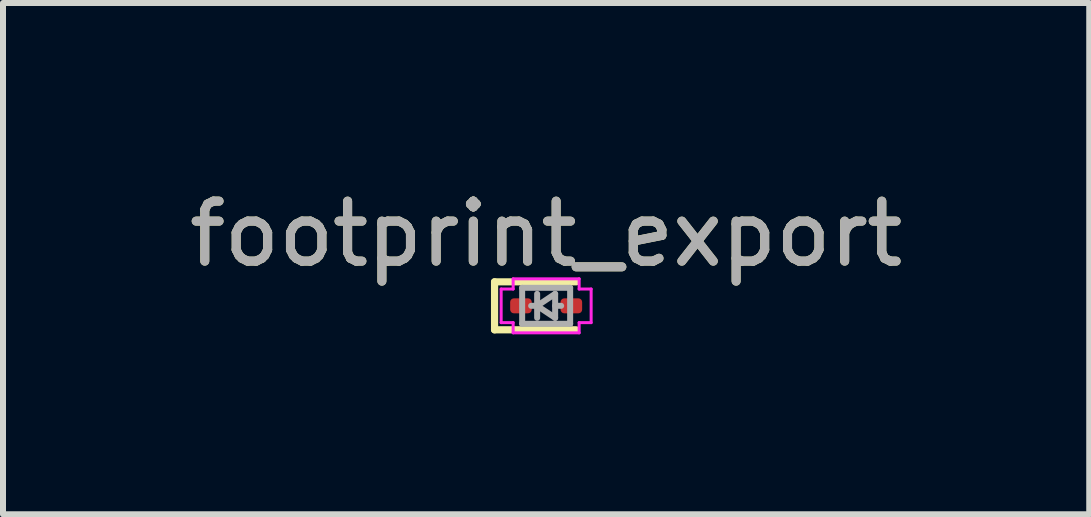
<source format=kicad_pcb>
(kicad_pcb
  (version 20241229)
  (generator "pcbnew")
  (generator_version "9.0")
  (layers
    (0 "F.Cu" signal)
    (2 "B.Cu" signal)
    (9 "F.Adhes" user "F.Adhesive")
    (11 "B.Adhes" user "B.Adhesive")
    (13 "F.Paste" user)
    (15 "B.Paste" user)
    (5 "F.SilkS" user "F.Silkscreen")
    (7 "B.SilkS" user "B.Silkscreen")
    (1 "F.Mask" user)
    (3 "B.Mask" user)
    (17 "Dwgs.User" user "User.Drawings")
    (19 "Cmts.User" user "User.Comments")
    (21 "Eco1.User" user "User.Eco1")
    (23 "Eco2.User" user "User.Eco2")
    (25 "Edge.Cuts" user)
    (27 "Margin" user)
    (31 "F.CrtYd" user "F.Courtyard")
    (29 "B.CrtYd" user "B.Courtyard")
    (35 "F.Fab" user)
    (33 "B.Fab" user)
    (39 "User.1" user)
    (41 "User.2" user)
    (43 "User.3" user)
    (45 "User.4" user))
  (footprint "footprint_export"
    (layer "F.Cu")
    (at 6.054 2.048)
    (property "Reference" "footprint_export" (at 0 -1.2 0) (layer "F.SilkS") (effects (font (size 1 1) (thickness 0.15))))
    (attr smd)
    (fp_line (start -0.86 -0.4) (end -0.86 0.4) (stroke (width 0.12) (type solid)) (layer "F.SilkS"))
    (fp_line (start 0.5 -0.4) (end -0.86 -0.4) (stroke (width 0.12) (type solid)) (layer "F.SilkS"))
    (fp_line (start 0.5 0.4) (end -0.86 0.4) (stroke (width 0.12) (type solid)) (layer "F.SilkS"))
    (fp_line (start -0.75 -0.28) (end -0.75 0.28) (stroke (width 0.05) (type solid)) (layer "F.CrtYd"))
    (fp_line (start -0.75 0.28) (end -0.55 0.28) (stroke (width 0.05) (type solid)) (layer "F.CrtYd"))
    (fp_line (start -0.55 -0.45) (end 0.55 -0.45) (stroke (width 0.05) (type solid)) (layer "F.CrtYd"))
    (fp_line (start -0.55 -0.28) (end -0.75 -0.28) (stroke (width 0.05) (type solid)) (layer "F.CrtYd"))
    (fp_line (start -0.55 -0.28) (end -0.55 -0.45) (stroke (width 0.05) (type solid)) (layer "F.CrtYd"))
    (fp_line (start -0.55 0.45) (end -0.55 0.28) (stroke (width 0.05) (type solid)) (layer "F.CrtYd"))
    (fp_line (start 0.55 -0.45) (end 0.55 -0.28) (stroke (width 0.05) (type solid)) (layer "F.CrtYd"))
    (fp_line (start 0.55 -0.28) (end 0.75 -0.28) (stroke (width 0.05) (type solid)) (layer "F.CrtYd"))
    (fp_line (start 0.55 0.28) (end 0.55 0.45) (stroke (width 0.05) (type solid)) (layer "F.CrtYd"))
    (fp_line (start 0.55 0.45) (end -0.55 0.45) (stroke (width 0.05) (type solid)) (layer "F.CrtYd"))
    (fp_line (start 0.75 -0.28) (end 0.75 0.28) (stroke (width 0.05) (type solid)) (layer "F.CrtYd"))
    (fp_line (start 0.75 0.28) (end 0.55 0.28) (stroke (width 0.05) (type solid)) (layer "F.CrtYd"))
    (fp_line (start -0.4 -0.3) (end 0.4 -0.3) (stroke (width 0.1) (type solid)) (layer "F.Fab"))
    (fp_line (start -0.4 0.3) (end -0.4 -0.3) (stroke (width 0.1) (type solid)) (layer "F.Fab"))
    (fp_line (start -0.15 0) (end -0.25 0) (stroke (width 0.1) (type solid)) (layer "F.Fab"))
    (fp_line (start -0.15 0) (end 0.15 0.2) (stroke (width 0.1) (type solid)) (layer "F.Fab"))
    (fp_line (start -0.15 0.2) (end -0.15 -0.2) (stroke (width 0.1) (type solid)) (layer "F.Fab"))
    (fp_line (start 0.15 -0.2) (end -0.15 0) (stroke (width 0.1) (type solid)) (layer "F.Fab"))
    (fp_line (start 0.15 0) (end 0.25 0) (stroke (width 0.1) (type solid)) (layer "F.Fab"))
    (fp_line (start 0.15 0.2) (end 0.15 -0.2) (stroke (width 0.1) (type solid)) (layer "F.Fab"))
    (fp_line (start 0.4 -0.3) (end 0.4 0.3) (stroke (width 0.1) (type solid)) (layer "F.Fab"))
    (fp_line (start 0.4 0.3) (end -0.4 0.3) (stroke (width 0.1) (type solid)) (layer "F.Fab"))
    (fp_text user "${REFERENCE}" (at 0 -1.2 0) (layer "F.Fab") (effects (font (size 1 1) (thickness 0.15))))
    (pad "1" smd roundrect (at -0.42 0 180) (size 0.36 0.25) (layers "F.Cu" "F.Mask" "F.Paste") (roundrect_rratio 0.25))
    (pad "2" smd roundrect (at 0.42 0 180) (size 0.36 0.25) (layers "F.Cu" "F.Mask" "F.Paste") (roundrect_rratio 0.25)))
  (gr_rect
    (start -3 -3)
    (end 15.107 5.523)
    (stroke (width 0.1) (type default))
    (fill no)
    (layer "Edge.Cuts")))
</source>
